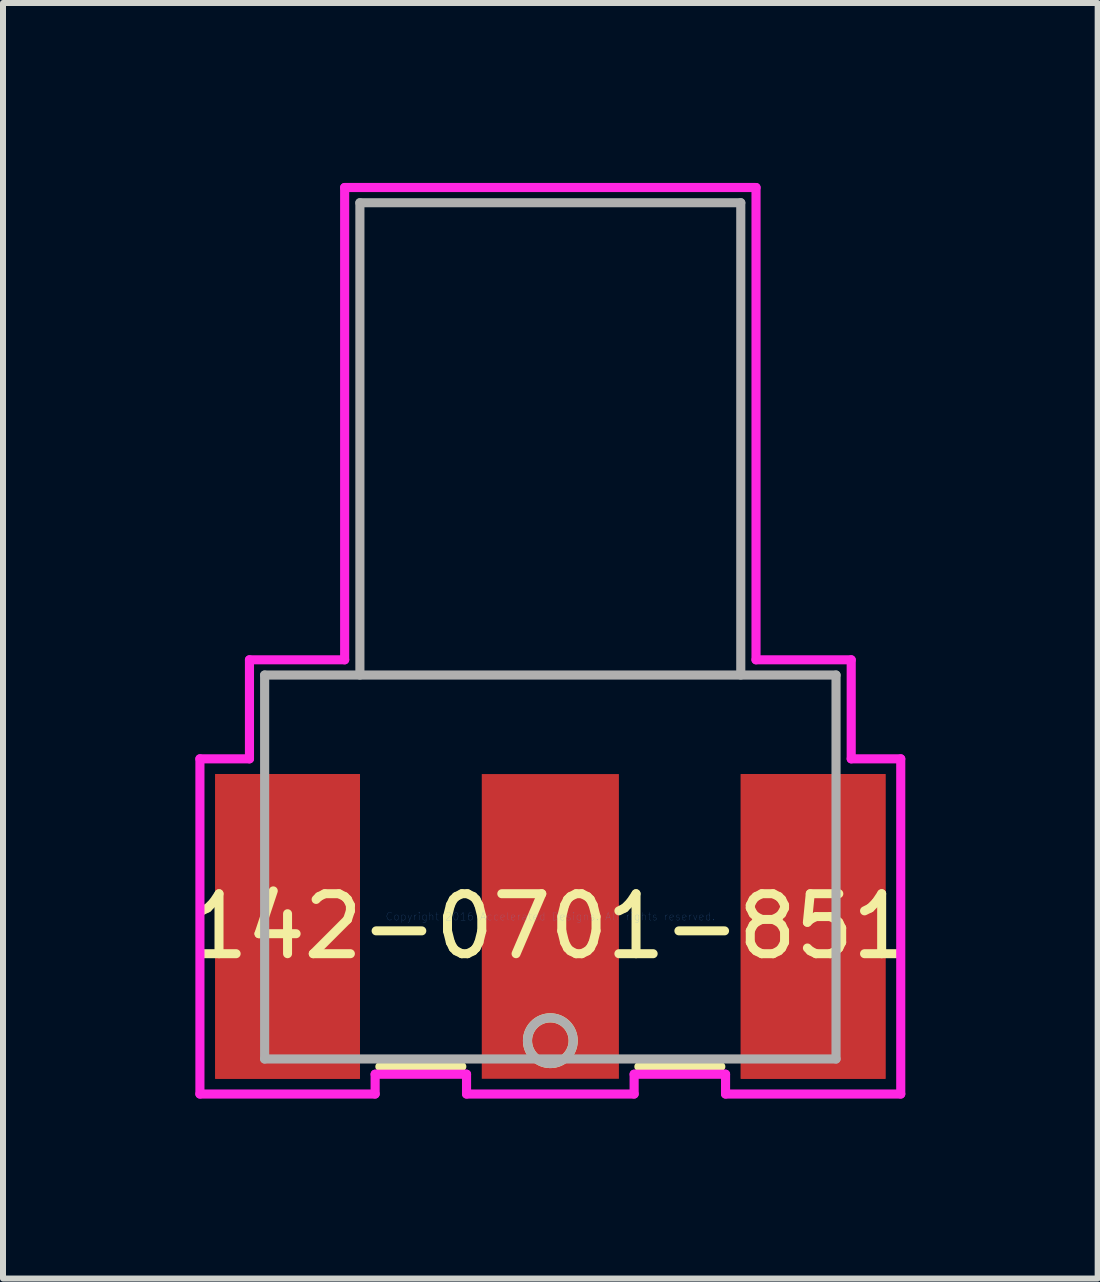
<source format=kicad_pcb>
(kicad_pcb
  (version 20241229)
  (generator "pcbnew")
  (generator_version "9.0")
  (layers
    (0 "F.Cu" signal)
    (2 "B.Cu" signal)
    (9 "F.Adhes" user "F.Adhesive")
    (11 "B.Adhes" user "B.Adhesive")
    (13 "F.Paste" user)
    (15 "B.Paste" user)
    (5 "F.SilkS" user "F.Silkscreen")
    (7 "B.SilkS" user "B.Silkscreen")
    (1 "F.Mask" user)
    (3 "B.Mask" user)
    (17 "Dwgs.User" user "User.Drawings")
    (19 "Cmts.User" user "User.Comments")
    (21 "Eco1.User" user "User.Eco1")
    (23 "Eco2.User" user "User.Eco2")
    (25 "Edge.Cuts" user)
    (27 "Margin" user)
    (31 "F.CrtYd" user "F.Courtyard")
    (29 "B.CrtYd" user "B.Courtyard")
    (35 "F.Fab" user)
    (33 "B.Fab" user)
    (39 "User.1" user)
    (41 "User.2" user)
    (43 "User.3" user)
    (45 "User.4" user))
  (footprint "142-0701-851"
    (layer "F.Cu")
    (at 6.125 12.23)
    (property "Reference" "142-0701-851" (at 0 0.165 0) (layer "F.SilkS") (effects (font (size 1 1) (thickness 0.15))))
    (attr through_hole)
    (fp_line (start -2.842 2.502) (end -1.476 2.502) (stroke (width 0.152) (type solid)) (layer "F.SilkS"))
    (fp_line (start 1.476 2.502) (end 2.842 2.502) (stroke (width 0.152) (type solid)) (layer "F.SilkS"))
    (fp_circle (center 0 2.07) (end 0.381 2.07) (stroke (width 0.152) (type solid)) (fill no) (layer "F.SilkS"))
    (fp_line (start -5.842 -2.629) (end -5.842 2.959) (stroke (width 0.152) (type solid)) (layer "F.CrtYd"))
    (fp_line (start -5.842 2.959) (end -2.921 2.959) (stroke (width 0.152) (type solid)) (layer "F.CrtYd"))
    (fp_line (start -5.016 -4.28) (end -5.016 -2.629) (stroke (width 0.152) (type solid)) (layer "F.CrtYd"))
    (fp_line (start -5.016 -2.629) (end -5.842 -2.629) (stroke (width 0.152) (type solid)) (layer "F.CrtYd"))
    (fp_line (start -3.429 -12.154) (end -3.429 -4.28) (stroke (width 0.152) (type solid)) (layer "F.CrtYd"))
    (fp_line (start -3.429 -4.28) (end -5.016 -4.28) (stroke (width 0.152) (type solid)) (layer "F.CrtYd"))
    (fp_line (start -2.921 2.629) (end -1.397 2.629) (stroke (width 0.152) (type solid)) (layer "F.CrtYd"))
    (fp_line (start -2.921 2.959) (end -2.921 2.629) (stroke (width 0.152) (type solid)) (layer "F.CrtYd"))
    (fp_line (start -1.397 2.629) (end -1.397 2.959) (stroke (width 0.152) (type solid)) (layer "F.CrtYd"))
    (fp_line (start -1.397 2.959) (end 1.397 2.959) (stroke (width 0.152) (type solid)) (layer "F.CrtYd"))
    (fp_line (start 1.397 2.629) (end 2.921 2.629) (stroke (width 0.152) (type solid)) (layer "F.CrtYd"))
    (fp_line (start 1.397 2.959) (end 1.397 2.629) (stroke (width 0.152) (type solid)) (layer "F.CrtYd"))
    (fp_line (start 2.921 2.629) (end 2.921 2.959) (stroke (width 0.152) (type solid)) (layer "F.CrtYd"))
    (fp_line (start 2.921 2.959) (end 5.842 2.959) (stroke (width 0.152) (type solid)) (layer "F.CrtYd"))
    (fp_line (start 3.429 -12.154) (end -3.429 -12.154) (stroke (width 0.152) (type solid)) (layer "F.CrtYd"))
    (fp_line (start 3.429 -4.28) (end 3.429 -12.154) (stroke (width 0.152) (type solid)) (layer "F.CrtYd"))
    (fp_line (start 5.016 -4.28) (end 3.429 -4.28) (stroke (width 0.152) (type solid)) (layer "F.CrtYd"))
    (fp_line (start 5.016 -2.629) (end 5.016 -4.28) (stroke (width 0.152) (type solid)) (layer "F.CrtYd"))
    (fp_line (start 5.842 -2.629) (end 5.016 -2.629) (stroke (width 0.152) (type solid)) (layer "F.CrtYd"))
    (fp_line (start 5.842 2.959) (end 5.842 -2.629) (stroke (width 0.152) (type solid)) (layer "F.CrtYd"))
    (fp_line (start -4.763 -4.026) (end -4.763 2.375) (stroke (width 0.152) (type solid)) (layer "F.Fab"))
    (fp_line (start -4.763 2.375) (end 4.763 2.375) (stroke (width 0.152) (type solid)) (layer "F.Fab"))
    (fp_line (start -3.175 -11.9) (end 3.175 -11.9) (stroke (width 0.152) (type solid)) (layer "F.Fab"))
    (fp_line (start -3.175 -4.026) (end -3.175 -11.9) (stroke (width 0.152) (type solid)) (layer "F.Fab"))
    (fp_line (start 3.175 -11.9) (end 3.175 -4.026) (stroke (width 0.152) (type solid)) (layer "F.Fab"))
    (fp_line (start 4.763 -4.026) (end -4.763 -4.026) (stroke (width 0.152) (type solid)) (layer "F.Fab"))
    (fp_line (start 4.763 2.375) (end 4.763 -4.026) (stroke (width 0.152) (type solid)) (layer "F.Fab"))
    (fp_circle (center 0 2.07) (end 0.381 2.07) (stroke (width 0.152) (type solid)) (fill no) (layer "F.Fab"))
    (fp_text user "Copyright 2016 Accelerated Designs. All rights reserved." (at 0 0 0) (layer "Cmts.User") (effects (font (size 0.127 0.127) (thickness 0.002))))
    (pad "1" smd rect (at 0 0.165) (size 2.286 5.08) (layers "F.Cu" "F.Mask" "F.Paste"))
    (pad "2" smd rect (at -4.381 0.165) (size 2.413 5.08) (layers "F.Cu" "F.Mask" "F.Paste"))
    (pad "3" smd rect (at 4.381 0.165) (size 2.413 5.08) (layers "F.Cu" "F.Mask" "F.Paste"))
    (pad "4" smd rect (at -4.381 0.165) (size 2.413 5.08) (layers "F.Cu" "F.Mask" "F.Paste"))
    (pad "5" smd rect (at 4.381 0.165) (size 2.413 5.08) (layers "F.Cu" "F.Mask" "F.Paste")))
  (gr_rect
    (start -3 -3)
    (end 15.25 18.265)
    (stroke (width 0.1) (type default))
    (fill no)
    (layer "Edge.Cuts")))
</source>
